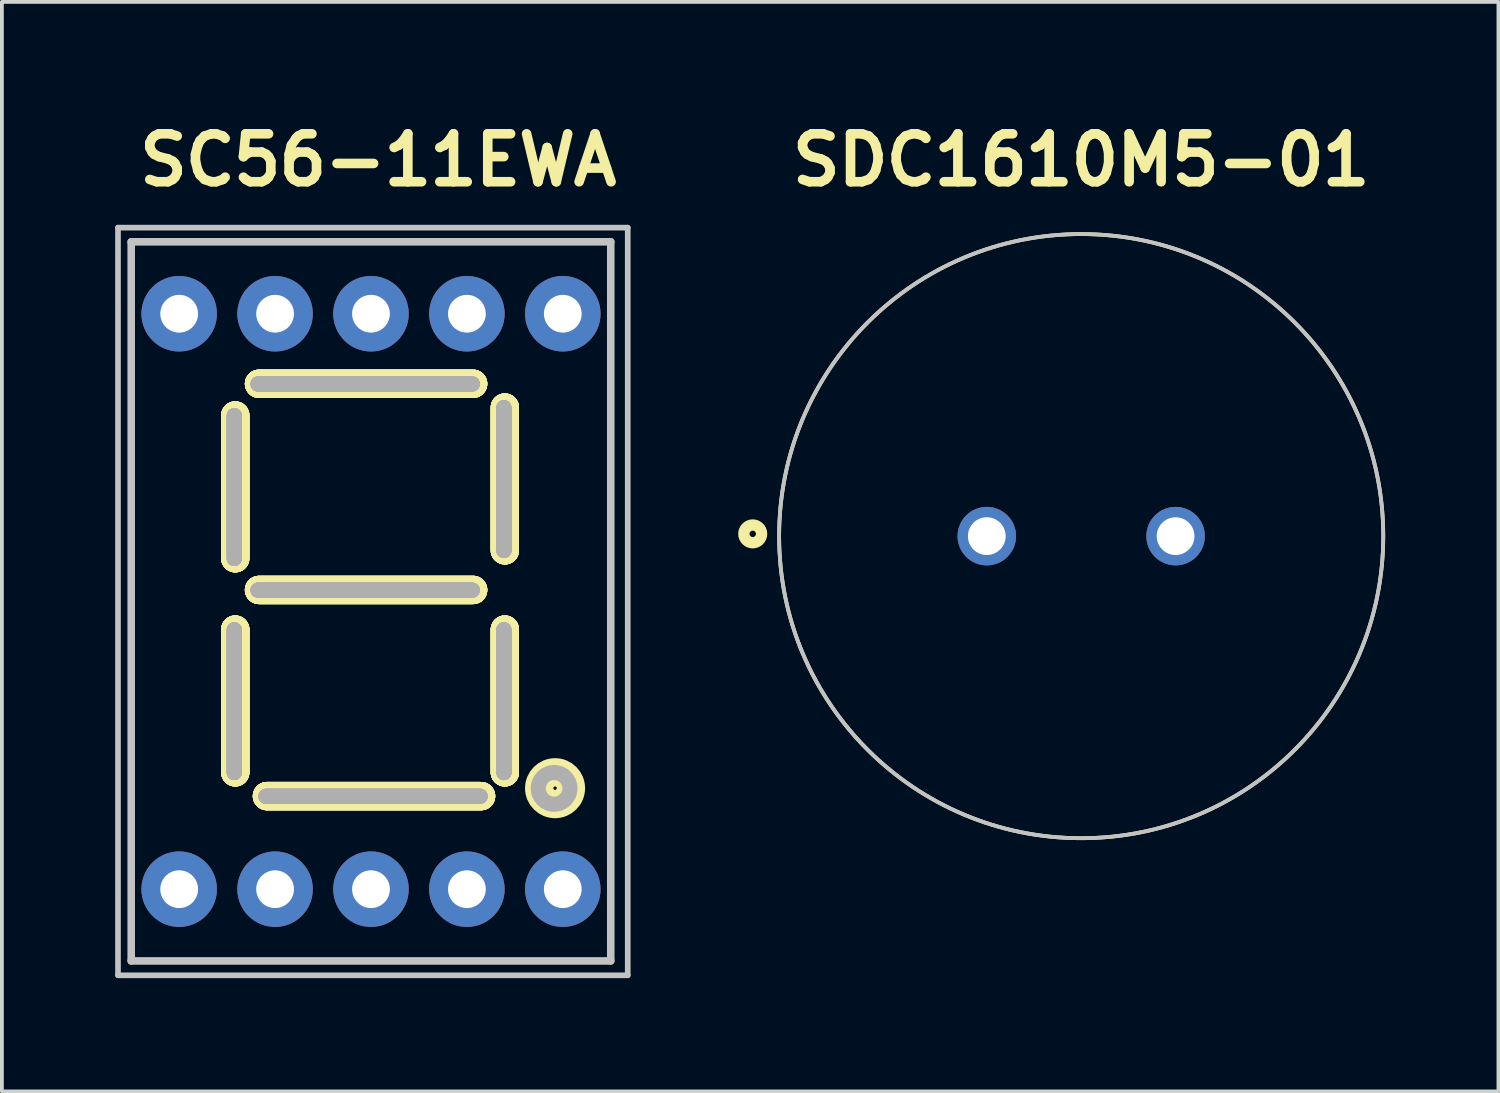
<source format=kicad_pcb>
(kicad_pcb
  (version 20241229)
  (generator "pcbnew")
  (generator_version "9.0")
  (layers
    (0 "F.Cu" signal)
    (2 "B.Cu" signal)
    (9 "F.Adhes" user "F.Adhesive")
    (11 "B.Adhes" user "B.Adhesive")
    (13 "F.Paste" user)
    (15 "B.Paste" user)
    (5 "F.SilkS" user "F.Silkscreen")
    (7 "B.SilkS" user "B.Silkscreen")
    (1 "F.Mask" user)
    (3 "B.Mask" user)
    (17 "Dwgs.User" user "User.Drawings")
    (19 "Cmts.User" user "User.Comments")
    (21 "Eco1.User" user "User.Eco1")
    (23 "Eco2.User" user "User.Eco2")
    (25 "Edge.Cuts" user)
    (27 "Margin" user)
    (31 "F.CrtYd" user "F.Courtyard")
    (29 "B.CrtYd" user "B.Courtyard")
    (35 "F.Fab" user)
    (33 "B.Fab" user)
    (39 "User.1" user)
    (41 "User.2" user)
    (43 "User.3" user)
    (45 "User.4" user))
  (footprint "SDC1610M5-01"
    (layer "F.Cu")
    (at 25.584 11.149)
    (property "Reference" "SDC1610M5-01" (at 0 -9.96 0) (layer "F.SilkS") (effects (font (size 1.27 1.27) (thickness 0.254))))
    (attr through_hole)
    (fp_circle (center -8.699 -0.06) (end -8.699 0.025) (stroke (width 0.3) (type solid)) (fill no) (layer "F.SilkS"))
    (fp_circle (center 0 0) (end 0 8) (stroke (width 0.1) (type solid)) (fill no) (layer "F.SilkS"))
    (fp_circle (center 0 0) (end 8 0) (stroke (width 0.1) (type solid)) (fill no) (layer "Dwgs.User"))
    (pad "1" thru_hole circle (at -2.5 0) (size 1.55 1.55) (drill 1) (layers "*.Cu" "*.Mask"))
    (pad "2" thru_hole circle (at 2.5 0) (size 1.55 1.55) (drill 1) (layers "*.Cu" "*.Mask")))
  (footprint "SC56-11EWA"
    (layer "F.Cu")
    (at 1.695 20.499)
    (property "Reference" "SC56-11EWA" (at 5.27 -19.31 0) (layer "F.SilkS") (effects (font (size 1.27 1.27) (thickness 0.254))))
    (attr through_hole)
    (fp_line (start -1.27 -17.145) (end -1.27 1.9) (stroke (width 0.1) (type solid)) (layer "F.SilkS"))
    (fp_line (start -1.27 1.9) (end 11.43 1.9) (stroke (width 0.1) (type solid)) (layer "F.SilkS"))
    (fp_line (start 1.485 -8.765) (end 1.485 -12.545) (stroke (width 0.75) (type solid)) (layer "F.SilkS"))
    (fp_line (start 1.485 -8.765) (end 1.485 -12.545) (stroke (width 0.75) (type solid)) (layer "F.SilkS"))
    (fp_line (start 1.485 -8.765) (end 1.485 -12.545) (stroke (width 0.75) (type solid)) (layer "F.SilkS"))
    (fp_line (start 1.485 -8.765) (end 1.485 -12.545) (stroke (width 0.75) (type solid)) (layer "F.SilkS"))
    (fp_line (start 1.485 -8.765) (end 1.485 -12.545) (stroke (width 0.75) (type solid)) (layer "F.SilkS"))
    (fp_line (start 1.485 -8.765) (end 1.485 -12.545) (stroke (width 0.75) (type solid)) (layer "F.SilkS"))
    (fp_line (start 1.485 -3.095) (end 1.485 -6.875) (stroke (width 0.75) (type solid)) (layer "F.SilkS"))
    (fp_line (start 1.485 -3.095) (end 1.485 -6.875) (stroke (width 0.75) (type solid)) (layer "F.SilkS"))
    (fp_line (start 1.485 -3.095) (end 1.485 -6.875) (stroke (width 0.75) (type solid)) (layer "F.SilkS"))
    (fp_line (start 1.485 -3.095) (end 1.485 -6.875) (stroke (width 0.75) (type solid)) (layer "F.SilkS"))
    (fp_line (start 1.485 -3.095) (end 1.485 -6.875) (stroke (width 0.75) (type solid)) (layer "F.SilkS"))
    (fp_line (start 1.485 -3.095) (end 1.485 -6.875) (stroke (width 0.75) (type solid)) (layer "F.SilkS"))
    (fp_line (start 2.115 -13.385) (end 7.785 -13.385) (stroke (width 0.75) (type solid)) (layer "F.SilkS"))
    (fp_line (start 2.115 -13.385) (end 7.785 -13.385) (stroke (width 0.75) (type solid)) (layer "F.SilkS"))
    (fp_line (start 2.115 -13.385) (end 7.785 -13.385) (stroke (width 0.75) (type solid)) (layer "F.SilkS"))
    (fp_line (start 2.115 -13.385) (end 7.785 -13.385) (stroke (width 0.75) (type solid)) (layer "F.SilkS"))
    (fp_line (start 2.115 -13.385) (end 7.785 -13.385) (stroke (width 0.75) (type solid)) (layer "F.SilkS"))
    (fp_line (start 2.115 -13.385) (end 7.785 -13.385) (stroke (width 0.75) (type solid)) (layer "F.SilkS"))
    (fp_line (start 2.115 -7.925) (end 7.785 -7.925) (stroke (width 0.75) (type solid)) (layer "F.SilkS"))
    (fp_line (start 2.115 -7.925) (end 7.785 -7.925) (stroke (width 0.75) (type solid)) (layer "F.SilkS"))
    (fp_line (start 2.115 -7.925) (end 7.785 -7.925) (stroke (width 0.75) (type solid)) (layer "F.SilkS"))
    (fp_line (start 2.115 -7.925) (end 7.785 -7.925) (stroke (width 0.75) (type solid)) (layer "F.SilkS"))
    (fp_line (start 2.115 -7.925) (end 7.785 -7.925) (stroke (width 0.75) (type solid)) (layer "F.SilkS"))
    (fp_line (start 2.115 -7.925) (end 7.785 -7.925) (stroke (width 0.75) (type solid)) (layer "F.SilkS"))
    (fp_line (start 2.325 -2.465) (end 7.995 -2.465) (stroke (width 0.75) (type solid)) (layer "F.SilkS"))
    (fp_line (start 2.325 -2.465) (end 7.995 -2.465) (stroke (width 0.75) (type solid)) (layer "F.SilkS"))
    (fp_line (start 2.325 -2.465) (end 7.995 -2.465) (stroke (width 0.75) (type solid)) (layer "F.SilkS"))
    (fp_line (start 2.325 -2.465) (end 7.995 -2.465) (stroke (width 0.75) (type solid)) (layer "F.SilkS"))
    (fp_line (start 2.325 -2.465) (end 7.995 -2.465) (stroke (width 0.75) (type solid)) (layer "F.SilkS"))
    (fp_line (start 2.325 -2.465) (end 7.995 -2.465) (stroke (width 0.75) (type solid)) (layer "F.SilkS"))
    (fp_line (start 8.625 -8.975) (end 8.625 -12.755) (stroke (width 0.75) (type solid)) (layer "F.SilkS"))
    (fp_line (start 8.625 -8.975) (end 8.625 -12.755) (stroke (width 0.75) (type solid)) (layer "F.SilkS"))
    (fp_line (start 8.625 -8.975) (end 8.625 -12.755) (stroke (width 0.75) (type solid)) (layer "F.SilkS"))
    (fp_line (start 8.625 -8.975) (end 8.625 -12.755) (stroke (width 0.75) (type solid)) (layer "F.SilkS"))
    (fp_line (start 8.625 -8.975) (end 8.625 -12.755) (stroke (width 0.75) (type solid)) (layer "F.SilkS"))
    (fp_line (start 8.625 -8.975) (end 8.625 -12.755) (stroke (width 0.75) (type solid)) (layer "F.SilkS"))
    (fp_line (start 8.625 -3.095) (end 8.625 -6.875) (stroke (width 0.75) (type solid)) (layer "F.SilkS"))
    (fp_line (start 8.625 -3.095) (end 8.625 -6.875) (stroke (width 0.75) (type solid)) (layer "F.SilkS"))
    (fp_line (start 8.625 -3.095) (end 8.625 -6.875) (stroke (width 0.75) (type solid)) (layer "F.SilkS"))
    (fp_line (start 8.625 -3.095) (end 8.625 -6.875) (stroke (width 0.75) (type solid)) (layer "F.SilkS"))
    (fp_line (start 8.625 -3.095) (end 8.625 -6.875) (stroke (width 0.75) (type solid)) (layer "F.SilkS"))
    (fp_line (start 8.625 -3.095) (end 8.625 -6.875) (stroke (width 0.75) (type solid)) (layer "F.SilkS"))
    (fp_line (start 11.43 -17.145) (end -1.27 -17.145) (stroke (width 0.1) (type solid)) (layer "F.SilkS"))
    (fp_line (start 11.43 1.9) (end 11.43 -17.145) (stroke (width 0.1) (type solid)) (layer "F.SilkS"))
    (fp_circle (center 9.955 -2.675) (end 9.955 -2.255) (stroke (width 0.75) (type solid)) (fill no) (layer "F.SilkS"))
    (fp_line (start -1.62 -17.52) (end 11.88 -17.52) (stroke (width 0.15) (type solid)) (layer "Dwgs.User"))
    (fp_line (start -1.62 2.28) (end -1.62 -17.52) (stroke (width 0.15) (type solid)) (layer "Dwgs.User"))
    (fp_line (start -1.27 -17.145) (end -1.27 1.9) (stroke (width 0.2) (type solid)) (layer "Dwgs.User"))
    (fp_line (start -1.27 1.9) (end 11.43 1.9) (stroke (width 0.2) (type solid)) (layer "Dwgs.User"))
    (fp_line (start 11.43 -17.145) (end -1.27 -17.145) (stroke (width 0.2) (type solid)) (layer "Dwgs.User"))
    (fp_line (start 11.43 1.9) (end 11.43 -17.145) (stroke (width 0.2) (type solid)) (layer "Dwgs.User"))
    (fp_line (start 11.88 -17.52) (end 11.88 2.28) (stroke (width 0.15) (type solid)) (layer "Dwgs.User"))
    (fp_line (start 11.88 2.28) (end -1.62 2.28) (stroke (width 0.15) (type solid)) (layer "Dwgs.User"))
    (fp_line (start 1.46 -8.76) (end 1.46 -12.54) (stroke (width 0.4) (type solid)) (layer "F.Fab"))
    (fp_line (start 1.46 -8.76) (end 1.46 -12.54) (stroke (width 0.4) (type solid)) (layer "F.Fab"))
    (fp_line (start 1.46 -8.76) (end 1.46 -12.54) (stroke (width 0.4) (type solid)) (layer "F.Fab"))
    (fp_line (start 1.46 -8.76) (end 1.46 -12.54) (stroke (width 0.4) (type solid)) (layer "F.Fab"))
    (fp_line (start 1.46 -8.76) (end 1.46 -12.54) (stroke (width 0.4) (type solid)) (layer "F.Fab"))
    (fp_line (start 1.46 -8.76) (end 1.46 -12.54) (stroke (width 0.4) (type solid)) (layer "F.Fab"))
    (fp_line (start 1.46 -3.09) (end 1.46 -6.87) (stroke (width 0.4) (type solid)) (layer "F.Fab"))
    (fp_line (start 1.46 -3.09) (end 1.46 -6.87) (stroke (width 0.4) (type solid)) (layer "F.Fab"))
    (fp_line (start 1.46 -3.09) (end 1.46 -6.87) (stroke (width 0.4) (type solid)) (layer "F.Fab"))
    (fp_line (start 1.46 -3.09) (end 1.46 -6.87) (stroke (width 0.4) (type solid)) (layer "F.Fab"))
    (fp_line (start 1.46 -3.09) (end 1.46 -6.87) (stroke (width 0.4) (type solid)) (layer "F.Fab"))
    (fp_line (start 1.46 -3.09) (end 1.46 -6.87) (stroke (width 0.4) (type solid)) (layer "F.Fab"))
    (fp_line (start 2.09 -13.38) (end 7.76 -13.38) (stroke (width 0.4) (type solid)) (layer "F.Fab"))
    (fp_line (start 2.09 -13.38) (end 7.76 -13.38) (stroke (width 0.4) (type solid)) (layer "F.Fab"))
    (fp_line (start 2.09 -13.38) (end 7.76 -13.38) (stroke (width 0.4) (type solid)) (layer "F.Fab"))
    (fp_line (start 2.09 -13.38) (end 7.76 -13.38) (stroke (width 0.4) (type solid)) (layer "F.Fab"))
    (fp_line (start 2.09 -13.38) (end 7.76 -13.38) (stroke (width 0.4) (type solid)) (layer "F.Fab"))
    (fp_line (start 2.09 -13.38) (end 7.76 -13.38) (stroke (width 0.4) (type solid)) (layer "F.Fab"))
    (fp_line (start 2.09 -7.92) (end 7.76 -7.92) (stroke (width 0.4) (type solid)) (layer "F.Fab"))
    (fp_line (start 2.09 -7.92) (end 7.76 -7.92) (stroke (width 0.4) (type solid)) (layer "F.Fab"))
    (fp_line (start 2.09 -7.92) (end 7.76 -7.92) (stroke (width 0.4) (type solid)) (layer "F.Fab"))
    (fp_line (start 2.09 -7.92) (end 7.76 -7.92) (stroke (width 0.4) (type solid)) (layer "F.Fab"))
    (fp_line (start 2.09 -7.92) (end 7.76 -7.92) (stroke (width 0.4) (type solid)) (layer "F.Fab"))
    (fp_line (start 2.09 -7.92) (end 7.76 -7.92) (stroke (width 0.4) (type solid)) (layer "F.Fab"))
    (fp_line (start 2.3 -2.46) (end 7.97 -2.46) (stroke (width 0.4) (type solid)) (layer "F.Fab"))
    (fp_line (start 2.3 -2.46) (end 7.97 -2.46) (stroke (width 0.4) (type solid)) (layer "F.Fab"))
    (fp_line (start 2.3 -2.46) (end 7.97 -2.46) (stroke (width 0.4) (type solid)) (layer "F.Fab"))
    (fp_line (start 2.3 -2.46) (end 7.97 -2.46) (stroke (width 0.4) (type solid)) (layer "F.Fab"))
    (fp_line (start 2.3 -2.46) (end 7.97 -2.46) (stroke (width 0.4) (type solid)) (layer "F.Fab"))
    (fp_line (start 2.3 -2.46) (end 7.97 -2.46) (stroke (width 0.4) (type solid)) (layer "F.Fab"))
    (fp_line (start 8.6 -8.97) (end 8.6 -12.75) (stroke (width 0.4) (type solid)) (layer "F.Fab"))
    (fp_line (start 8.6 -8.97) (end 8.6 -12.75) (stroke (width 0.4) (type solid)) (layer "F.Fab"))
    (fp_line (start 8.6 -8.97) (end 8.6 -12.75) (stroke (width 0.4) (type solid)) (layer "F.Fab"))
    (fp_line (start 8.6 -8.97) (end 8.6 -12.75) (stroke (width 0.4) (type solid)) (layer "F.Fab"))
    (fp_line (start 8.6 -8.97) (end 8.6 -12.75) (stroke (width 0.4) (type solid)) (layer "F.Fab"))
    (fp_line (start 8.6 -8.97) (end 8.6 -12.75) (stroke (width 0.4) (type solid)) (layer "F.Fab"))
    (fp_line (start 8.6 -3.09) (end 8.6 -6.87) (stroke (width 0.4) (type solid)) (layer "F.Fab"))
    (fp_line (start 8.6 -3.09) (end 8.6 -6.87) (stroke (width 0.4) (type solid)) (layer "F.Fab"))
    (fp_line (start 8.6 -3.09) (end 8.6 -6.87) (stroke (width 0.4) (type solid)) (layer "F.Fab"))
    (fp_line (start 8.6 -3.09) (end 8.6 -6.87) (stroke (width 0.4) (type solid)) (layer "F.Fab"))
    (fp_line (start 8.6 -3.09) (end 8.6 -6.87) (stroke (width 0.4) (type solid)) (layer "F.Fab"))
    (fp_line (start 8.6 -3.09) (end 8.6 -6.87) (stroke (width 0.4) (type solid)) (layer "F.Fab"))
    (fp_circle (center 9.93 -2.67) (end 9.93 -2.25) (stroke (width 0.4) (type solid)) (fill no) (layer "F.Fab"))
    (pad "1" thru_hole circle (at 0 0) (size 2 2) (drill 1) (layers "*.Cu" "*.Mask"))
    (pad "2" thru_hole circle (at 2.54 0) (size 2 2) (drill 1) (layers "*.Cu" "*.Mask"))
    (pad "3" thru_hole circle (at 5.08 0) (size 2 2) (drill 1) (layers "*.Cu" "*.Mask"))
    (pad "4" thru_hole circle (at 7.62 0) (size 2 2) (drill 1) (layers "*.Cu" "*.Mask"))
    (pad "5" thru_hole circle (at 10.16 0) (size 2 2) (drill 1) (layers "*.Cu" "*.Mask"))
    (pad "6" thru_hole circle (at 10.16 -15.24) (size 2 2) (drill 1) (layers "*.Cu" "*.Mask"))
    (pad "7" thru_hole circle (at 7.62 -15.24) (size 2 2) (drill 1) (layers "*.Cu" "*.Mask"))
    (pad "8" thru_hole circle (at 5.08 -15.24) (size 2 2) (drill 1) (layers "*.Cu" "*.Mask"))
    (pad "9" thru_hole circle (at 2.54 -15.24) (size 2 2) (drill 1) (layers "*.Cu" "*.Mask"))
    (pad "10" thru_hole circle (at 0 -15.24) (size 2 2) (drill 1) (layers "*.Cu" "*.Mask")))
  (gr_rect
    (start -3 -3)
    (end 36.634 25.854)
    (stroke (width 0.1) (type default))
    (fill no)
    (layer "Edge.Cuts")))
</source>
